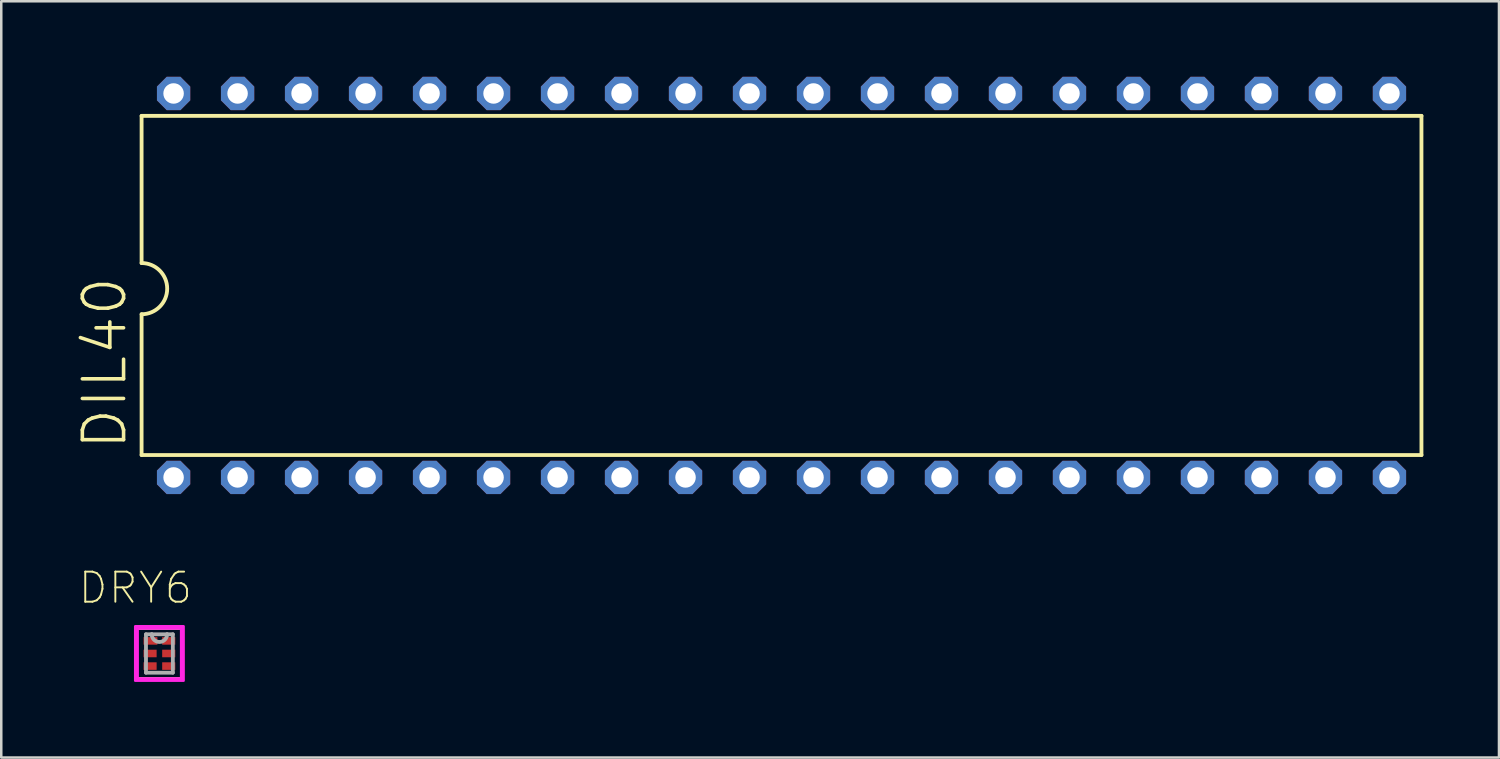
<source format=kicad_pcb>
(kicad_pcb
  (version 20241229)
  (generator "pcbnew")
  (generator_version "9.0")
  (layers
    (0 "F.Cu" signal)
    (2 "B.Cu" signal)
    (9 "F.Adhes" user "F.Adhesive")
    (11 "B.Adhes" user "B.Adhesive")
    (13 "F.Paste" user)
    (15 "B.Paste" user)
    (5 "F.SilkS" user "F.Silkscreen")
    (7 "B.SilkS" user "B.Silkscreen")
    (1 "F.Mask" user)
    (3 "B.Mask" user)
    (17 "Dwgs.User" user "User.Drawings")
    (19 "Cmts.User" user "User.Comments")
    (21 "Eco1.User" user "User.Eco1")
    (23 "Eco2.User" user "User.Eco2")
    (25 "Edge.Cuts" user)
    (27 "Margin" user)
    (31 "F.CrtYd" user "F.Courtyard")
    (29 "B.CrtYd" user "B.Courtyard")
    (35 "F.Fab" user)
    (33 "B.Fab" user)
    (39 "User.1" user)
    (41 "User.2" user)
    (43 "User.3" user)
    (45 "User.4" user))
  (footprint "DIL40"
    (layer "F.Cu")
    (at 27.97 8.28)
    (property "Reference" "DIL40" (at -25.908 6.604 90) (unlocked yes) (layer "F.SilkS") (effects (font (size 1.636 1.636) (thickness 0.142)) (justify left bottom)))
    (fp_line (start -25.4 -6.731) (end -25.4 -0.889) (stroke (width 0.152) (type solid)) (layer "F.SilkS"))
    (fp_line (start -25.4 6.731) (end -25.4 1.143) (stroke (width 0.152) (type solid)) (layer "F.SilkS"))
    (fp_line (start -25.4 6.731) (end 25.4 6.731) (stroke (width 0.152) (type solid)) (layer "F.SilkS"))
    (fp_line (start 25.4 -6.731) (end -25.4 -6.731) (stroke (width 0.152) (type solid)) (layer "F.SilkS"))
    (fp_line (start 25.4 -6.731) (end 25.4 6.731) (stroke (width 0.152) (type solid)) (layer "F.SilkS"))
    (fp_arc (start -25.4 -0.889) (mid -24.384 0.127) (end -25.4 1.143) (stroke (width 0.1524) (type solid)) (layer "F.SilkS"))
    (pad "1" thru_hole roundrect (at -24.13 7.62 90) (size 1.321 1.321) (drill 0.813) (layers "*.Cu" "*.Mask") (roundrect_rratio 0.25) (chamfer_ratio 0.293) (chamfer top_left top_right bottom_left bottom_right))
    (pad "2" thru_hole roundrect (at -21.59 7.62 90) (size 1.321 1.321) (drill 0.813) (layers "*.Cu" "*.Mask") (roundrect_rratio 0.25) (chamfer_ratio 0.293) (chamfer top_left top_right bottom_left bottom_right))
    (pad "3" thru_hole roundrect (at -19.05 7.62 90) (size 1.321 1.321) (drill 0.813) (layers "*.Cu" "*.Mask") (roundrect_rratio 0.25) (chamfer_ratio 0.293) (chamfer top_left top_right bottom_left bottom_right))
    (pad "4" thru_hole roundrect (at -16.51 7.62 90) (size 1.321 1.321) (drill 0.813) (layers "*.Cu" "*.Mask") (roundrect_rratio 0.25) (chamfer_ratio 0.293) (chamfer top_left top_right bottom_left bottom_right))
    (pad "5" thru_hole roundrect (at -13.97 7.62 90) (size 1.321 1.321) (drill 0.813) (layers "*.Cu" "*.Mask") (roundrect_rratio 0.25) (chamfer_ratio 0.293) (chamfer top_left top_right bottom_left bottom_right))
    (pad "6" thru_hole roundrect (at -11.43 7.62 90) (size 1.321 1.321) (drill 0.813) (layers "*.Cu" "*.Mask") (roundrect_rratio 0.25) (chamfer_ratio 0.293) (chamfer top_left top_right bottom_left bottom_right))
    (pad "7" thru_hole roundrect (at -8.89 7.62 90) (size 1.321 1.321) (drill 0.813) (layers "*.Cu" "*.Mask") (roundrect_rratio 0.25) (chamfer_ratio 0.293) (chamfer top_left top_right bottom_left bottom_right))
    (pad "8" thru_hole roundrect (at -6.35 7.62 90) (size 1.321 1.321) (drill 0.813) (layers "*.Cu" "*.Mask") (roundrect_rratio 0.25) (chamfer_ratio 0.293) (chamfer top_left top_right bottom_left bottom_right))
    (pad "9" thru_hole roundrect (at -3.81 7.62 90) (size 1.321 1.321) (drill 0.813) (layers "*.Cu" "*.Mask") (roundrect_rratio 0.25) (chamfer_ratio 0.293) (chamfer top_left top_right bottom_left bottom_right))
    (pad "10" thru_hole roundrect (at -1.27 7.62 90) (size 1.321 1.321) (drill 0.813) (layers "*.Cu" "*.Mask") (roundrect_rratio 0.25) (chamfer_ratio 0.293) (chamfer top_left top_right bottom_left bottom_right))
    (pad "11" thru_hole roundrect (at 1.27 7.62 90) (size 1.321 1.321) (drill 0.813) (layers "*.Cu" "*.Mask") (roundrect_rratio 0.25) (chamfer_ratio 0.293) (chamfer top_left top_right bottom_left bottom_right))
    (pad "12" thru_hole roundrect (at 3.81 7.62 90) (size 1.321 1.321) (drill 0.813) (layers "*.Cu" "*.Mask") (roundrect_rratio 0.25) (chamfer_ratio 0.293) (chamfer top_left top_right bottom_left bottom_right))
    (pad "13" thru_hole roundrect (at 6.35 7.62 90) (size 1.321 1.321) (drill 0.813) (layers "*.Cu" "*.Mask") (roundrect_rratio 0.25) (chamfer_ratio 0.293) (chamfer top_left top_right bottom_left bottom_right))
    (pad "14" thru_hole roundrect (at 8.89 7.62 90) (size 1.321 1.321) (drill 0.813) (layers "*.Cu" "*.Mask") (roundrect_rratio 0.25) (chamfer_ratio 0.293) (chamfer top_left top_right bottom_left bottom_right))
    (pad "15" thru_hole roundrect (at 11.43 7.62 90) (size 1.321 1.321) (drill 0.813) (layers "*.Cu" "*.Mask") (roundrect_rratio 0.25) (chamfer_ratio 0.293) (chamfer top_left top_right bottom_left bottom_right))
    (pad "16" thru_hole roundrect (at 13.97 7.62 90) (size 1.321 1.321) (drill 0.813) (layers "*.Cu" "*.Mask") (roundrect_rratio 0.25) (chamfer_ratio 0.293) (chamfer top_left top_right bottom_left bottom_right))
    (pad "17" thru_hole roundrect (at 16.51 7.62 90) (size 1.321 1.321) (drill 0.813) (layers "*.Cu" "*.Mask") (roundrect_rratio 0.25) (chamfer_ratio 0.293) (chamfer top_left top_right bottom_left bottom_right))
    (pad "18" thru_hole roundrect (at 19.05 7.62 90) (size 1.321 1.321) (drill 0.813) (layers "*.Cu" "*.Mask") (roundrect_rratio 0.25) (chamfer_ratio 0.293) (chamfer top_left top_right bottom_left bottom_right))
    (pad "19" thru_hole roundrect (at 21.59 7.62 90) (size 1.321 1.321) (drill 0.813) (layers "*.Cu" "*.Mask") (roundrect_rratio 0.25) (chamfer_ratio 0.293) (chamfer top_left top_right bottom_left bottom_right))
    (pad "20" thru_hole roundrect (at 24.13 7.62 90) (size 1.321 1.321) (drill 0.813) (layers "*.Cu" "*.Mask") (roundrect_rratio 0.25) (chamfer_ratio 0.293) (chamfer top_left top_right bottom_left bottom_right))
    (pad "21" thru_hole roundrect (at 24.13 -7.62 90) (size 1.321 1.321) (drill 0.813) (layers "*.Cu" "*.Mask") (roundrect_rratio 0.25) (chamfer_ratio 0.293) (chamfer top_left top_right bottom_left bottom_right))
    (pad "22" thru_hole roundrect (at 21.59 -7.62 90) (size 1.321 1.321) (drill 0.813) (layers "*.Cu" "*.Mask") (roundrect_rratio 0.25) (chamfer_ratio 0.293) (chamfer top_left top_right bottom_left bottom_right))
    (pad "23" thru_hole roundrect (at 19.05 -7.62 90) (size 1.321 1.321) (drill 0.813) (layers "*.Cu" "*.Mask") (roundrect_rratio 0.25) (chamfer_ratio 0.293) (chamfer top_left top_right bottom_left bottom_right))
    (pad "24" thru_hole roundrect (at 16.51 -7.62 90) (size 1.321 1.321) (drill 0.813) (layers "*.Cu" "*.Mask") (roundrect_rratio 0.25) (chamfer_ratio 0.293) (chamfer top_left top_right bottom_left bottom_right))
    (pad "25" thru_hole roundrect (at 13.97 -7.62 90) (size 1.321 1.321) (drill 0.813) (layers "*.Cu" "*.Mask") (roundrect_rratio 0.25) (chamfer_ratio 0.293) (chamfer top_left top_right bottom_left bottom_right))
    (pad "26" thru_hole roundrect (at 11.43 -7.62 90) (size 1.321 1.321) (drill 0.813) (layers "*.Cu" "*.Mask") (roundrect_rratio 0.25) (chamfer_ratio 0.293) (chamfer top_left top_right bottom_left bottom_right))
    (pad "27" thru_hole roundrect (at 8.89 -7.62 90) (size 1.321 1.321) (drill 0.813) (layers "*.Cu" "*.Mask") (roundrect_rratio 0.25) (chamfer_ratio 0.293) (chamfer top_left top_right bottom_left bottom_right))
    (pad "28" thru_hole roundrect (at 6.35 -7.62 90) (size 1.321 1.321) (drill 0.813) (layers "*.Cu" "*.Mask") (roundrect_rratio 0.25) (chamfer_ratio 0.293) (chamfer top_left top_right bottom_left bottom_right))
    (pad "29" thru_hole roundrect (at 3.81 -7.62 90) (size 1.321 1.321) (drill 0.813) (layers "*.Cu" "*.Mask") (roundrect_rratio 0.25) (chamfer_ratio 0.293) (chamfer top_left top_right bottom_left bottom_right))
    (pad "30" thru_hole roundrect (at 1.27 -7.62 90) (size 1.321 1.321) (drill 0.813) (layers "*.Cu" "*.Mask") (roundrect_rratio 0.25) (chamfer_ratio 0.293) (chamfer top_left top_right bottom_left bottom_right))
    (pad "31" thru_hole roundrect (at -1.27 -7.62 90) (size 1.321 1.321) (drill 0.813) (layers "*.Cu" "*.Mask") (roundrect_rratio 0.25) (chamfer_ratio 0.293) (chamfer top_left top_right bottom_left bottom_right))
    (pad "32" thru_hole roundrect (at -3.81 -7.62 90) (size 1.321 1.321) (drill 0.813) (layers "*.Cu" "*.Mask") (roundrect_rratio 0.25) (chamfer_ratio 0.293) (chamfer top_left top_right bottom_left bottom_right))
    (pad "33" thru_hole roundrect (at -6.35 -7.62 90) (size 1.321 1.321) (drill 0.813) (layers "*.Cu" "*.Mask") (roundrect_rratio 0.25) (chamfer_ratio 0.293) (chamfer top_left top_right bottom_left bottom_right))
    (pad "34" thru_hole roundrect (at -8.89 -7.62 90) (size 1.321 1.321) (drill 0.813) (layers "*.Cu" "*.Mask") (roundrect_rratio 0.25) (chamfer_ratio 0.293) (chamfer top_left top_right bottom_left bottom_right))
    (pad "35" thru_hole roundrect (at -11.43 -7.62 90) (size 1.321 1.321) (drill 0.813) (layers "*.Cu" "*.Mask") (roundrect_rratio 0.25) (chamfer_ratio 0.293) (chamfer top_left top_right bottom_left bottom_right))
    (pad "36" thru_hole roundrect (at -13.97 -7.62 90) (size 1.321 1.321) (drill 0.813) (layers "*.Cu" "*.Mask") (roundrect_rratio 0.25) (chamfer_ratio 0.293) (chamfer top_left top_right bottom_left bottom_right))
    (pad "37" thru_hole roundrect (at -16.51 -7.62 90) (size 1.321 1.321) (drill 0.813) (layers "*.Cu" "*.Mask") (roundrect_rratio 0.25) (chamfer_ratio 0.293) (chamfer top_left top_right bottom_left bottom_right))
    (pad "38" thru_hole roundrect (at -19.05 -7.62 90) (size 1.321 1.321) (drill 0.813) (layers "*.Cu" "*.Mask") (roundrect_rratio 0.25) (chamfer_ratio 0.293) (chamfer top_left top_right bottom_left bottom_right))
    (pad "39" thru_hole roundrect (at -21.59 -7.62 90) (size 1.321 1.321) (drill 0.813) (layers "*.Cu" "*.Mask") (roundrect_rratio 0.25) (chamfer_ratio 0.293) (chamfer top_left top_right bottom_left bottom_right))
    (pad "40" thru_hole roundrect (at -24.13 -7.62 90) (size 1.321 1.321) (drill 0.813) (layers "*.Cu" "*.Mask") (roundrect_rratio 0.25) (chamfer_ratio 0.293) (chamfer top_left top_right bottom_left bottom_right)))
  (footprint "DRY6"
    (layer "F.Cu")
    (at 3.277 22.888)
    (property "Reference" "DRY6" (at -3.277 -1.905 0) (unlocked yes) (layer "F.SilkS") (effects (font (size 1.194 1.194) (thickness 0.076)) (justify left bottom)))
    (fp_poly (pts (xy -0.027 -0.267) (xy -0.713 -0.267) (xy -0.713 -0.733) (xy -0.027 -0.733)) (stroke (width 0) (type default)) (fill yes) (layer "F.Mask"))
    (fp_poly (pts (xy -0.027 0.233) (xy -0.713 0.233) (xy -0.713 -0.233) (xy -0.027 -0.233)) (stroke (width 0) (type default)) (fill yes) (layer "F.Mask"))
    (fp_poly (pts (xy -0.027 0.733) (xy -0.713 0.733) (xy -0.713 0.267) (xy -0.027 0.267)) (stroke (width 0) (type default)) (fill yes) (layer "F.Mask"))
    (fp_poly (pts (xy 0.713 -0.267) (xy 0.027 -0.267) (xy 0.027 -0.733) (xy 0.713 -0.733)) (stroke (width 0) (type default)) (fill yes) (layer "F.Mask"))
    (fp_poly (pts (xy 0.713 0.233) (xy 0.027 0.233) (xy 0.027 -0.233) (xy 0.713 -0.233)) (stroke (width 0) (type default)) (fill yes) (layer "F.Mask"))
    (fp_poly (pts (xy 0.713 0.733) (xy 0.027 0.733) (xy 0.027 0.267) (xy 0.713 0.267)) (stroke (width 0) (type default)) (fill yes) (layer "F.Mask"))
    (fp_line (start -0.787 1.016) (end 0.787 1.016) (stroke (width 0.152) (type solid)) (layer "F.SilkS"))
    (fp_line (start 0.787 -1.016) (end -0.787 -1.016) (stroke (width 0.152) (type solid)) (layer "F.SilkS"))
    (fp_poly (pts (xy -0.122 0.138) (xy -0.618 0.138) (xy -0.618 -0.138) (xy -0.122 -0.138)) (stroke (width 0) (type default)) (fill yes) (layer "F.Paste"))
    (fp_poly (pts (xy -0.122 0.638) (xy -0.618 0.638) (xy -0.618 0.362) (xy -0.122 0.362)) (stroke (width 0) (type default)) (fill yes) (layer "F.Paste"))
    (fp_poly (pts (xy -0.092 -0.362) (xy -0.618 -0.362) (xy -0.618 -0.638) (xy -0.092 -0.638)) (stroke (width 0) (type default)) (fill yes) (layer "F.Paste"))
    (fp_poly (pts (xy 0.618 -0.362) (xy 0.122 -0.362) (xy 0.122 -0.638) (xy 0.618 -0.638)) (stroke (width 0) (type default)) (fill yes) (layer "F.Paste"))
    (fp_poly (pts (xy 0.618 0.138) (xy 0.122 0.138) (xy 0.122 -0.138) (xy 0.618 -0.138)) (stroke (width 0) (type default)) (fill yes) (layer "F.Paste"))
    (fp_poly (pts (xy 0.618 0.638) (xy 0.122 0.638) (xy 0.122 0.362) (xy 0.618 0.362)) (stroke (width 0) (type default)) (fill yes) (layer "F.Paste"))
    (fp_line (start -0.889 -1.016) (end 0.889 -1.016) (stroke (width 0.152) (type solid)) (layer "F.CrtYd"))
    (fp_line (start -0.889 1.016) (end -0.889 -1.016) (stroke (width 0.152) (type solid)) (layer "F.CrtYd"))
    (fp_line (start 0.889 -1.016) (end 0.889 1.016) (stroke (width 0.152) (type solid)) (layer "F.CrtYd"))
    (fp_line (start 0.889 1.016) (end -0.889 1.016) (stroke (width 0.152) (type solid)) (layer "F.CrtYd"))
    (fp_poly (pts (xy 0.96 1.08) (xy -0.96 1.08) (xy -0.96 -1.08) (xy 0.96 -1.08)) (stroke (width 0.1) (type default)) (fill no) (layer "F.CrtYd"))
    (fp_line (start -0.533 -0.762) (end -0.533 0.762) (stroke (width 0.152) (type solid)) (layer "F.Fab"))
    (fp_line (start -0.533 0.762) (end 0.533 0.762) (stroke (width 0.152) (type solid)) (layer "F.Fab"))
    (fp_line (start -0.305 -0.762) (end -0.533 -0.762) (stroke (width 0.152) (type solid)) (layer "F.Fab"))
    (fp_line (start 0.305 -0.762) (end -0.305 -0.762) (stroke (width 0.152) (type solid)) (layer "F.Fab"))
    (fp_line (start 0.533 -0.762) (end 0.305 -0.762) (stroke (width 0.152) (type solid)) (layer "F.Fab"))
    (fp_line (start 0.533 0.762) (end 0.533 -0.762) (stroke (width 0.152) (type solid)) (layer "F.Fab"))
    (fp_arc (start 0.3048 -0.762) (mid 0 -0.4572) (end -0.3048 -0.762) (stroke (width 0.1524) (type solid)) (layer "F.Fab"))
    (pad "1" smd rect (at -0.355 -0.5) (size 0.55 0.3) (layers "F.Cu" "F.Mask"))
    (pad "2" smd rect (at -0.37 0) (size 0.52 0.3) (layers "F.Cu" "F.Mask"))
    (pad "3" smd rect (at -0.37 0.5) (size 0.52 0.3) (layers "F.Cu" "F.Mask"))
    (pad "4" smd rect (at 0.37 0.5 180) (size 0.52 0.3) (layers "F.Cu" "F.Mask"))
    (pad "5" smd rect (at 0.37 0 180) (size 0.52 0.3) (layers "F.Cu" "F.Mask"))
    (pad "6" smd rect (at 0.37 -0.5 180) (size 0.52 0.3) (layers "F.Cu" "F.Mask")))
  (gr_rect
    (start -3 -3)
    (end 56.447 27.018)
    (stroke (width 0.1) (type default))
    (fill no)
    (layer "Edge.Cuts")))
</source>
